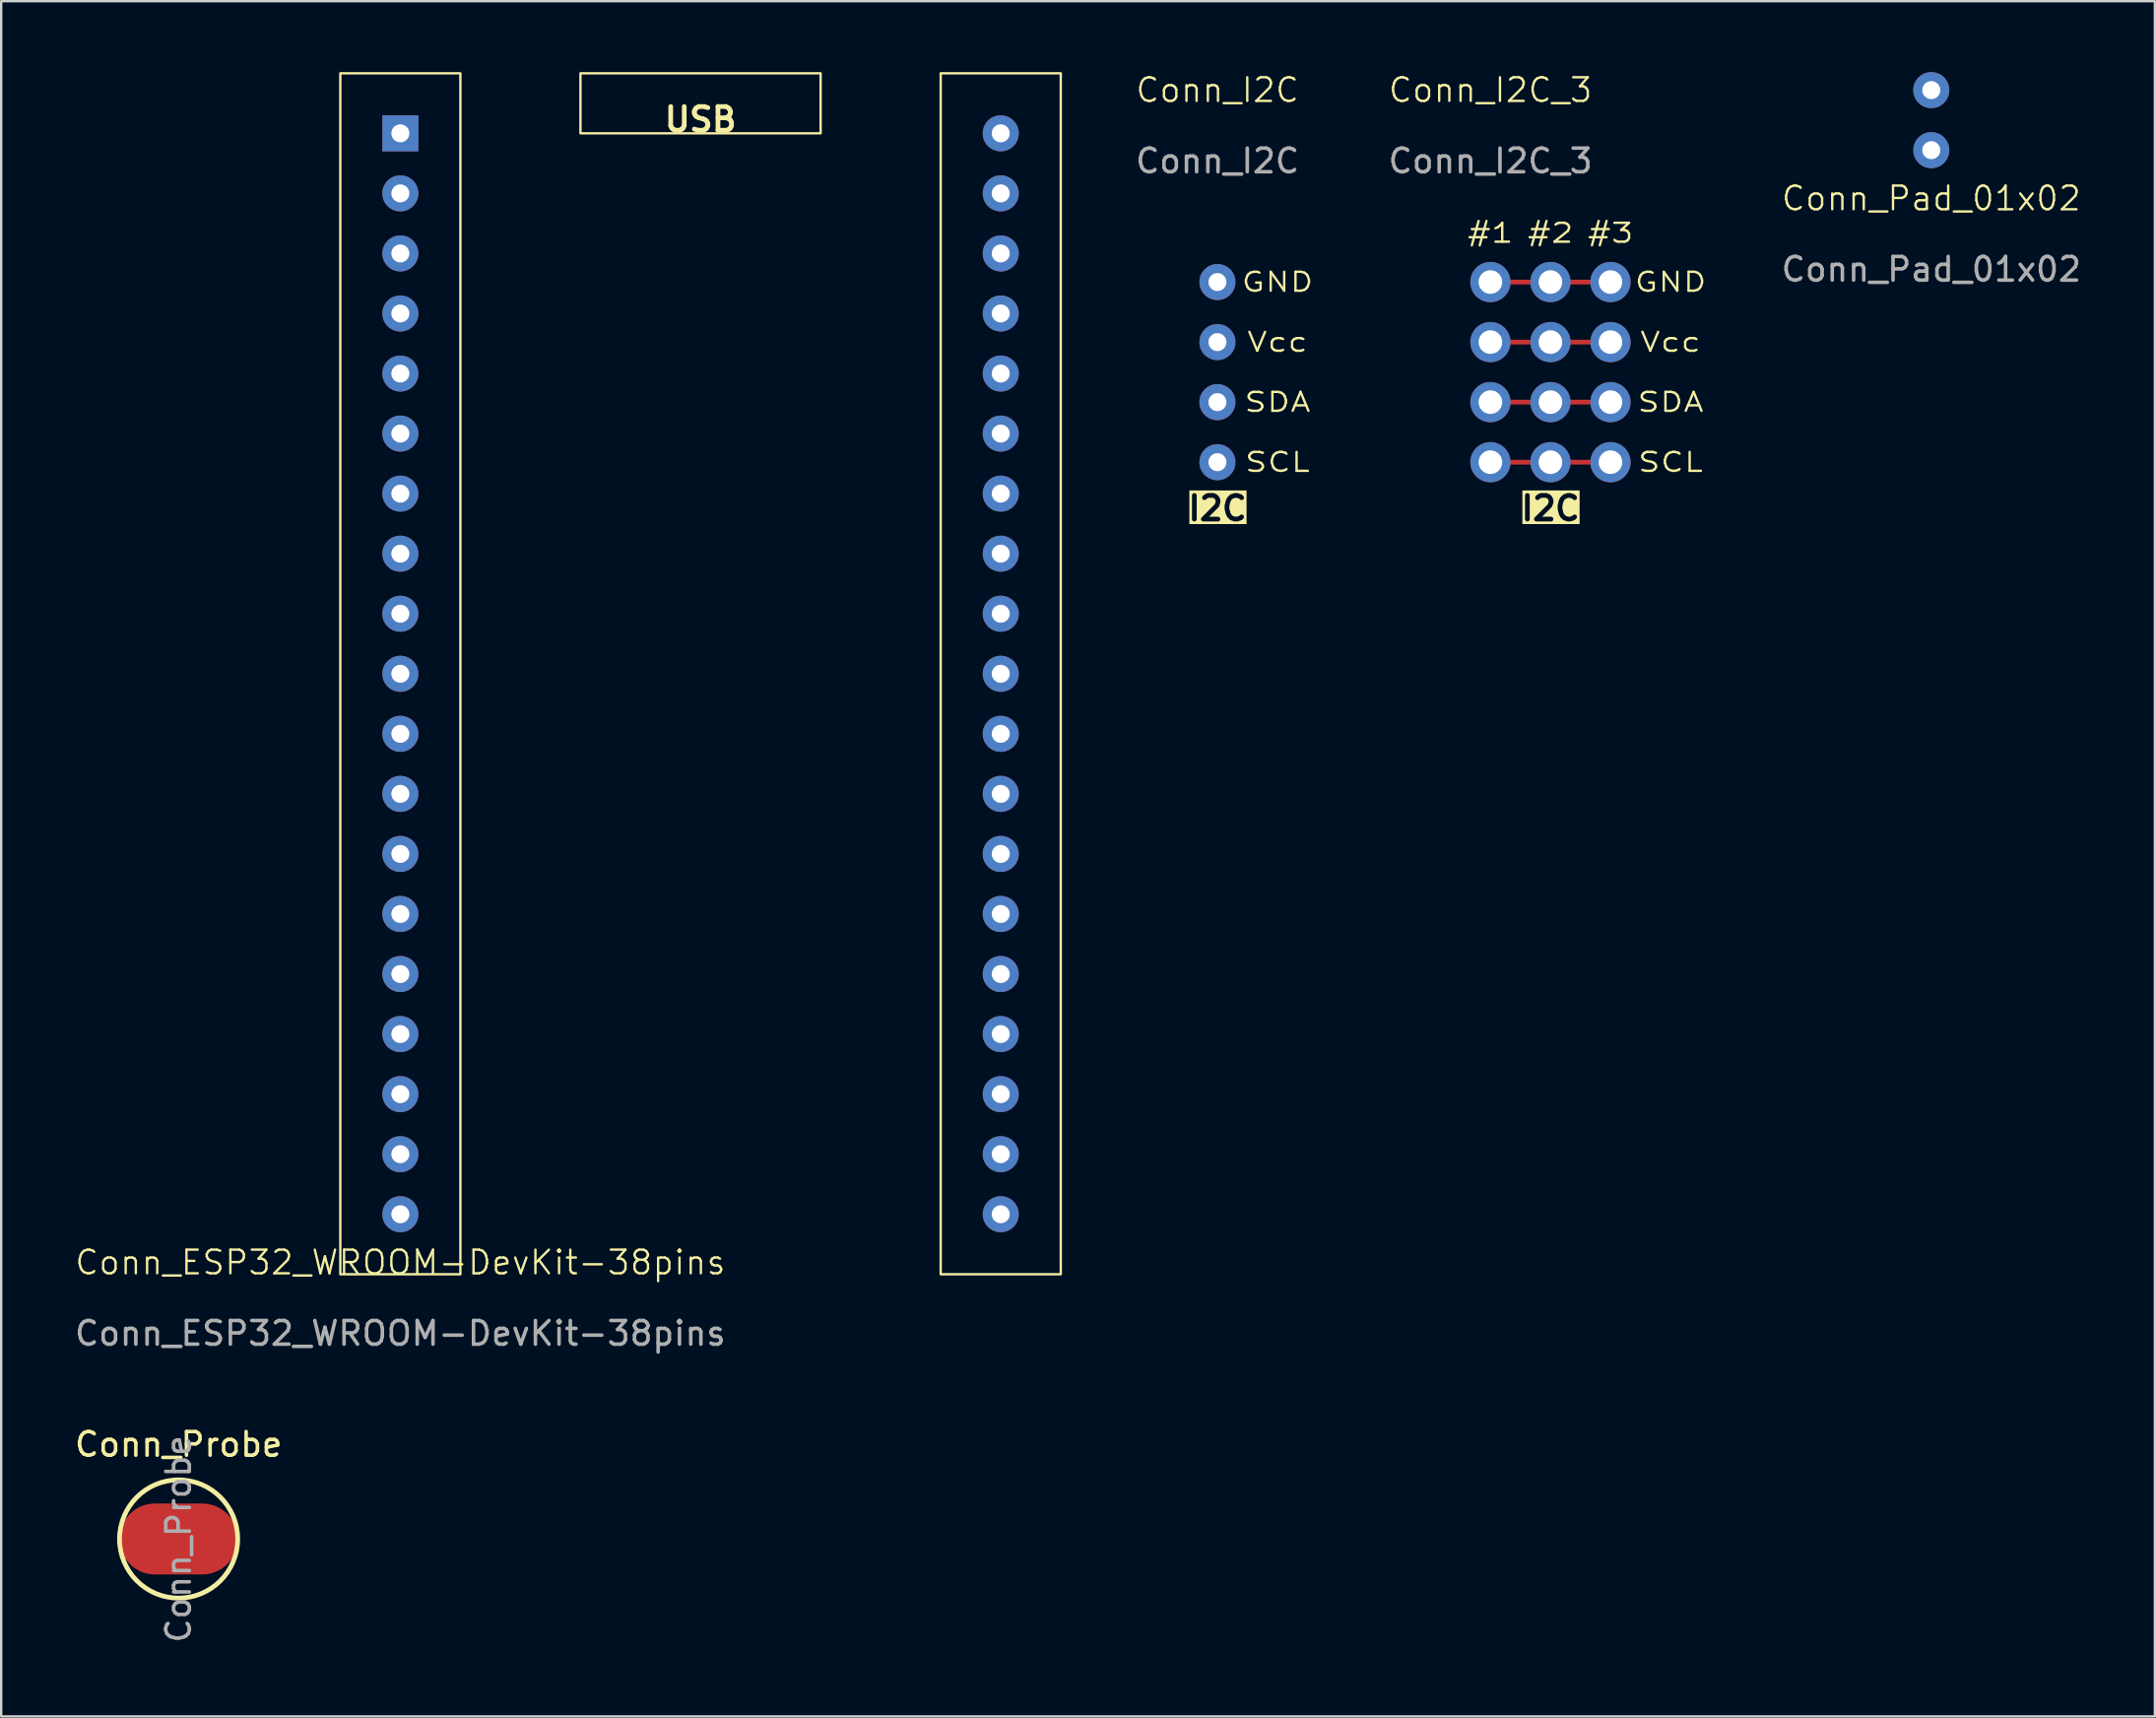
<source format=kicad_pcb>
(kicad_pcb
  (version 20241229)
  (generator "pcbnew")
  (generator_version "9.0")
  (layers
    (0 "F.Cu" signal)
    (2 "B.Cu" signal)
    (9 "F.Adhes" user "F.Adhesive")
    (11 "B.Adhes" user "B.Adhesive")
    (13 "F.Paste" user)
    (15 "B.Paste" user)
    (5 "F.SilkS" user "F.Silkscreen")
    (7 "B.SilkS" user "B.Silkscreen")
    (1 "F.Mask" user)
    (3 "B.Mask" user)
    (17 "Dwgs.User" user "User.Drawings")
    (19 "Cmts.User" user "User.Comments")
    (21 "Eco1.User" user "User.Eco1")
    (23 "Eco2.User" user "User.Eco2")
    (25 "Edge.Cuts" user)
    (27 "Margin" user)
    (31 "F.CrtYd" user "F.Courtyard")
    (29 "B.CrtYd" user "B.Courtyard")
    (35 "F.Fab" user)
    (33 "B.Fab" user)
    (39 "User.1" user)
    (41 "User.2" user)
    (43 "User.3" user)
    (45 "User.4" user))
  (footprint "Conn_Pad_01x02"
    (layer "F.Cu")
    (at 78.655 5.842)
    (property "Reference" "Conn_Pad_01x02" (at 0 -0.5 0) (unlocked yes) (layer "F.SilkS") (effects (font (size 1 1) (thickness 0.1))))
    (attr through_hole)
    (fp_text user "${REFERENCE}" (at 0 2.5 0) (unlocked yes) (layer "F.Fab") (effects (font (size 1 1) (thickness 0.15))))
    (pad "1" thru_hole circle (at 0 -2.54) (size 1.524 1.524) (drill 0.762) (layers "*.Cu" "*.Mask"))
    (pad "2" thru_hole circle (at 0 -5.08) (size 1.524 1.524) (drill 0.762) (layers "*.Cu" "*.Mask")))
  (footprint "Conn_I2C_3"
    (layer "F.Cu")
    (at 60.003 1.26)
    (property "Reference" "Conn_I2C_3" (at 0 -0.5 0) (unlocked yes) (layer "F.SilkS") (effects (font (size 1 1) (thickness 0.1))))
    (attr through_hole)
    (fp_line (start 0 7.62) (end 5.08 7.62) (stroke (width 0.2) (type default)) (layer "F.Cu"))
    (fp_line (start 0 10.16) (end 5.08 10.16) (stroke (width 0.2) (type default)) (layer "F.Cu"))
    (fp_line (start 0 12.7) (end 5.08 12.7) (stroke (width 0.2) (type default)) (layer "F.Cu"))
    (fp_line (start 0 15.24) (end 5.08 15.24) (stroke (width 0.2) (type default)) (layer "F.Cu"))
    (fp_text user "#3" (at 5.08 5.08 0) (unlocked yes) (layer "F.SilkS") (effects (font (size 0.8 1) (thickness 0.1)) (justify top)))
    (fp_text user "Vcc" (at 7.62 10.16 0) (unlocked yes) (layer "F.SilkS") (effects (font (size 0.8 1) (thickness 0.1))))
    (fp_text user "#2" (at 2.54 5.08 0) (unlocked yes) (layer "F.SilkS") (effects (font (size 0.8 1) (thickness 0.1)) (justify top)))
    (fp_text user "GND" (at 7.62 7.62 0) (unlocked yes) (layer "F.SilkS") (effects (font (size 0.8 1) (thickness 0.1))))
    (fp_text user "#1" (at 0 5.08 0) (unlocked yes) (layer "F.SilkS") (effects (font (size 0.8 1) (thickness 0.1)) (justify top)))
    (fp_text user "SDA" (at 7.62 12.7 0) (unlocked yes) (layer "F.SilkS") (effects (font (size 0.8 1) (thickness 0.1))))
    (fp_text user "SCL" (at 7.62 15.24 0) (unlocked yes) (layer "F.SilkS") (effects (font (size 0.8 1) (thickness 0.1))))
    (fp_text user "I2C" (at 2.54 17.78 0) (unlocked yes) (layer "F.SilkS" knockout) (effects (font (size 1 1) (thickness 0.2) (bold yes)) (justify bottom)))
    (fp_text user "${REFERENCE}" (at 0 2.5 0) (unlocked yes) (layer "F.Fab") (effects (font (size 1 1) (thickness 0.15))))
    (pad "GND" thru_hole oval (at 0 7.62) (size 1.7 1.7) (drill 1) (layers "*.Cu" "*.Mask"))
    (pad "GND" thru_hole oval (at 2.54 7.62) (size 1.7 1.7) (drill 1) (layers "*.Cu" "*.Mask"))
    (pad "GND" thru_hole oval (at 5.08 7.62) (size 1.7 1.7) (drill 1) (layers "*.Cu" "*.Mask"))
    (pad "SCL" thru_hole oval (at 0 15.24) (size 1.7 1.7) (drill 1) (layers "*.Cu" "*.Mask"))
    (pad "SCL" thru_hole oval (at 2.54 15.24) (size 1.7 1.7) (drill 1) (layers "*.Cu" "*.Mask"))
    (pad "SCL" thru_hole oval (at 5.08 15.24) (size 1.7 1.7) (drill 1) (layers "*.Cu" "*.Mask"))
    (pad "SDA" thru_hole oval (at 0 12.7) (size 1.7 1.7) (drill 1) (layers "*.Cu" "*.Mask"))
    (pad "SDA" thru_hole oval (at 2.54 12.7) (size 1.7 1.7) (drill 1) (layers "*.Cu" "*.Mask"))
    (pad "SDA" thru_hole oval (at 5.08 12.7) (size 1.7 1.7) (drill 1) (layers "*.Cu" "*.Mask"))
    (pad "Vcc" thru_hole oval (at 0 10.16) (size 1.7 1.7) (drill 1) (layers "*.Cu" "*.Mask"))
    (pad "Vcc" thru_hole oval (at 2.54 10.16) (size 1.7 1.7) (drill 1) (layers "*.Cu" "*.Mask"))
    (pad "Vcc" thru_hole oval (at 5.08 10.16) (size 1.7 1.7) (drill 1) (layers "*.Cu" "*.Mask")))
  (footprint "Conn_ESP32_WROOM-DevKit-38pins"
    (layer "F.Cu")
    (at 13.887 50.85)
    (property "Reference" "Conn_ESP32_WROOM-DevKit-38pins" (at 0 -0.5 0) (unlocked yes) (layer "F.SilkS") (effects (font (size 1 1) (thickness 0.1))))
    (attr through_hole)
    (fp_rect (start -2.54 -50.8) (end 2.54 0) (stroke (width 0.1) (type default)) (fill no) (layer "F.SilkS"))
    (fp_rect (start 7.62 -50.8) (end 17.78 -48.26) (stroke (width 0.1) (type default)) (fill no) (layer "F.SilkS"))
    (fp_rect (start 22.86 -50.8) (end 27.94 0) (stroke (width 0.1) (type default)) (fill no) (layer "F.SilkS"))
    (fp_text user "USB" (at 12.7 -48.26 0) (unlocked yes) (layer "F.SilkS") (effects (font (size 1 1) (thickness 0.2) (bold yes)) (justify bottom)))
    (fp_text user "${REFERENCE}" (at 0 2.5 0) (unlocked yes) (layer "F.Fab") (effects (font (size 1 1) (thickness 0.15))))
    (pad "1" thru_hole rect (at 0 -48.26) (size 1.524 1.524) (drill 0.762) (layers "*.Cu" "*.Mask"))
    (pad "2" thru_hole circle (at 0 -45.72) (size 1.524 1.524) (drill 0.762) (layers "*.Cu" "*.Mask"))
    (pad "3" thru_hole circle (at 0 -43.18) (size 1.524 1.524) (drill 0.762) (layers "*.Cu" "*.Mask"))
    (pad "4" thru_hole circle (at 0 -40.64) (size 1.524 1.524) (drill 0.762) (layers "*.Cu" "*.Mask"))
    (pad "5" thru_hole circle (at 0 -38.1) (size 1.524 1.524) (drill 0.762) (layers "*.Cu" "*.Mask"))
    (pad "6" thru_hole circle (at 0 -35.56) (size 1.524 1.524) (drill 0.762) (layers "*.Cu" "*.Mask"))
    (pad "7" thru_hole circle (at 0 -33.02) (size 1.524 1.524) (drill 0.762) (layers "*.Cu" "*.Mask"))
    (pad "8" thru_hole circle (at 0 -30.48) (size 1.524 1.524) (drill 0.762) (layers "*.Cu" "*.Mask"))
    (pad "9" thru_hole circle (at 0 -27.94) (size 1.524 1.524) (drill 0.762) (layers "*.Cu" "*.Mask"))
    (pad "10" thru_hole circle (at 0 -25.4) (size 1.524 1.524) (drill 0.762) (layers "*.Cu" "*.Mask"))
    (pad "11" thru_hole circle (at 0 -22.86) (size 1.524 1.524) (drill 0.762) (layers "*.Cu" "*.Mask"))
    (pad "12" thru_hole circle (at 0 -20.32) (size 1.524 1.524) (drill 0.762) (layers "*.Cu" "*.Mask"))
    (pad "13" thru_hole circle (at 0 -17.78) (size 1.524 1.524) (drill 0.762) (layers "*.Cu" "*.Mask"))
    (pad "14" thru_hole circle (at 0 -15.24) (size 1.524 1.524) (drill 0.762) (layers "*.Cu" "*.Mask"))
    (pad "15" thru_hole circle (at 0 -12.7) (size 1.524 1.524) (drill 0.762) (layers "*.Cu" "*.Mask"))
    (pad "16" thru_hole circle (at 0 -10.16) (size 1.524 1.524) (drill 0.762) (layers "*.Cu" "*.Mask"))
    (pad "17" thru_hole circle (at 0 -7.62) (size 1.524 1.524) (drill 0.762) (layers "*.Cu" "*.Mask"))
    (pad "18" thru_hole circle (at 0 -5.08) (size 1.524 1.524) (drill 0.762) (layers "*.Cu" "*.Mask"))
    (pad "19" thru_hole circle (at 0 -2.54) (size 1.524 1.524) (drill 0.762) (layers "*.Cu" "*.Mask"))
    (pad "20" thru_hole circle (at 25.4 -2.54) (size 1.524 1.524) (drill 0.762) (layers "*.Cu" "*.Mask"))
    (pad "21" thru_hole circle (at 25.4 -5.08) (size 1.524 1.524) (drill 0.762) (layers "*.Cu" "*.Mask"))
    (pad "22" thru_hole circle (at 25.4 -7.62) (size 1.524 1.524) (drill 0.762) (layers "*.Cu" "*.Mask"))
    (pad "23" thru_hole circle (at 25.4 -10.16) (size 1.524 1.524) (drill 0.762) (layers "*.Cu" "*.Mask"))
    (pad "24" thru_hole circle (at 25.4 -12.7) (size 1.524 1.524) (drill 0.762) (layers "*.Cu" "*.Mask"))
    (pad "25" thru_hole circle (at 25.4 -15.24) (size 1.524 1.524) (drill 0.762) (layers "*.Cu" "*.Mask"))
    (pad "26" thru_hole circle (at 25.4 -17.78) (size 1.524 1.524) (drill 0.762) (layers "*.Cu" "*.Mask"))
    (pad "27" thru_hole circle (at 25.4 -20.32) (size 1.524 1.524) (drill 0.762) (layers "*.Cu" "*.Mask"))
    (pad "28" thru_hole circle (at 25.4 -22.86) (size 1.524 1.524) (drill 0.762) (layers "*.Cu" "*.Mask"))
    (pad "29" thru_hole circle (at 25.4 -25.4) (size 1.524 1.524) (drill 0.762) (layers "*.Cu" "*.Mask"))
    (pad "30" thru_hole circle (at 25.4 -27.94) (size 1.524 1.524) (drill 0.762) (layers "*.Cu" "*.Mask"))
    (pad "31" thru_hole circle (at 25.4 -30.48) (size 1.524 1.524) (drill 0.762) (layers "*.Cu" "*.Mask"))
    (pad "32" thru_hole circle (at 25.4 -33.02) (size 1.524 1.524) (drill 0.762) (layers "*.Cu" "*.Mask"))
    (pad "33" thru_hole circle (at 25.4 -35.56) (size 1.524 1.524) (drill 0.762) (layers "*.Cu" "*.Mask"))
    (pad "34" thru_hole circle (at 25.4 -38.1) (size 1.524 1.524) (drill 0.762) (layers "*.Cu" "*.Mask"))
    (pad "35" thru_hole circle (at 25.4 -40.64) (size 1.524 1.524) (drill 0.762) (layers "*.Cu" "*.Mask"))
    (pad "36" thru_hole circle (at 25.4 -43.18) (size 1.524 1.524) (drill 0.762) (layers "*.Cu" "*.Mask"))
    (pad "37" thru_hole circle (at 25.4 -45.72) (size 1.524 1.524) (drill 0.762) (layers "*.Cu" "*.Mask"))
    (pad "38" thru_hole circle (at 25.4 -48.26) (size 1.524 1.524) (drill 0.762) (layers "*.Cu" "*.Mask")))
  (footprint "Conn_I2C"
    (layer "F.Cu")
    (at 48.454 1.26)
    (property "Reference" "Conn_I2C" (at 0 -0.5 0) (unlocked yes) (layer "F.SilkS") (effects (font (size 1 1) (thickness 0.1))))
    (attr through_hole)
    (fp_text user "SDA" (at 2.54 12.7 0) (unlocked yes) (layer "F.SilkS") (effects (font (size 0.8 1) (thickness 0.1))))
    (fp_text user "GND" (at 2.54 7.62 0) (unlocked yes) (layer "F.SilkS") (effects (font (size 0.8 1) (thickness 0.1))))
    (fp_text user "Vcc" (at 2.54 10.16 0) (unlocked yes) (layer "F.SilkS") (effects (font (size 0.8 1) (thickness 0.1))))
    (fp_text user "I2C" (at 0 17.78 0) (unlocked yes) (layer "F.SilkS" knockout) (effects (font (size 1 1) (thickness 0.2) (bold yes)) (justify bottom)))
    (fp_text user "SCL" (at 2.54 15.24 0) (unlocked yes) (layer "F.SilkS") (effects (font (size 0.8 1) (thickness 0.1))))
    (fp_text user "${REFERENCE}" (at 0 2.5 0) (unlocked yes) (layer "F.Fab") (effects (font (size 1 1) (thickness 0.15))))
    (pad "GND" thru_hole circle (at 0 7.62) (size 1.524 1.524) (drill 0.762) (layers "*.Cu" "*.Mask"))
    (pad "SCL" thru_hole circle (at 0 15.24) (size 1.524 1.524) (drill 0.762) (layers "*.Cu" "*.Mask"))
    (pad "SDA" thru_hole circle (at 0 12.7) (size 1.524 1.524) (drill 0.762) (layers "*.Cu" "*.Mask"))
    (pad "Vcc" thru_hole circle (at 0 10.16) (size 1.524 1.524) (drill 0.762) (layers "*.Cu" "*.Mask")))
  (footprint "Conn_Probe"
    (layer "F.Cu")
    (at 4.506 62.047)
    (property "Reference" "Conn_Probe" (at 0 -4 0) (layer "F.SilkS") (effects (font (size 1 1) (thickness 0.15))))
    (attr through_hole)
    (fp_circle (center 0 0) (end 2.5 0) (stroke (width 0.2) (type default)) (fill no) (layer "F.SilkS"))
    (fp_text user "${REFERENCE}" (at 0 0 90) (layer "F.Fab") (effects (font (size 1 1) (thickness 0.15))))
    (pad "1" smd oval (at 0 0) (size 5 3) (layers "F.Cu" "F.Mask" "F.Paste")))
  (gr_rect
    (start -3 -3)
    (end 88.113 69.552)
    (stroke (width 0.1) (type default))
    (fill no)
    (layer "Edge.Cuts")))
</source>
